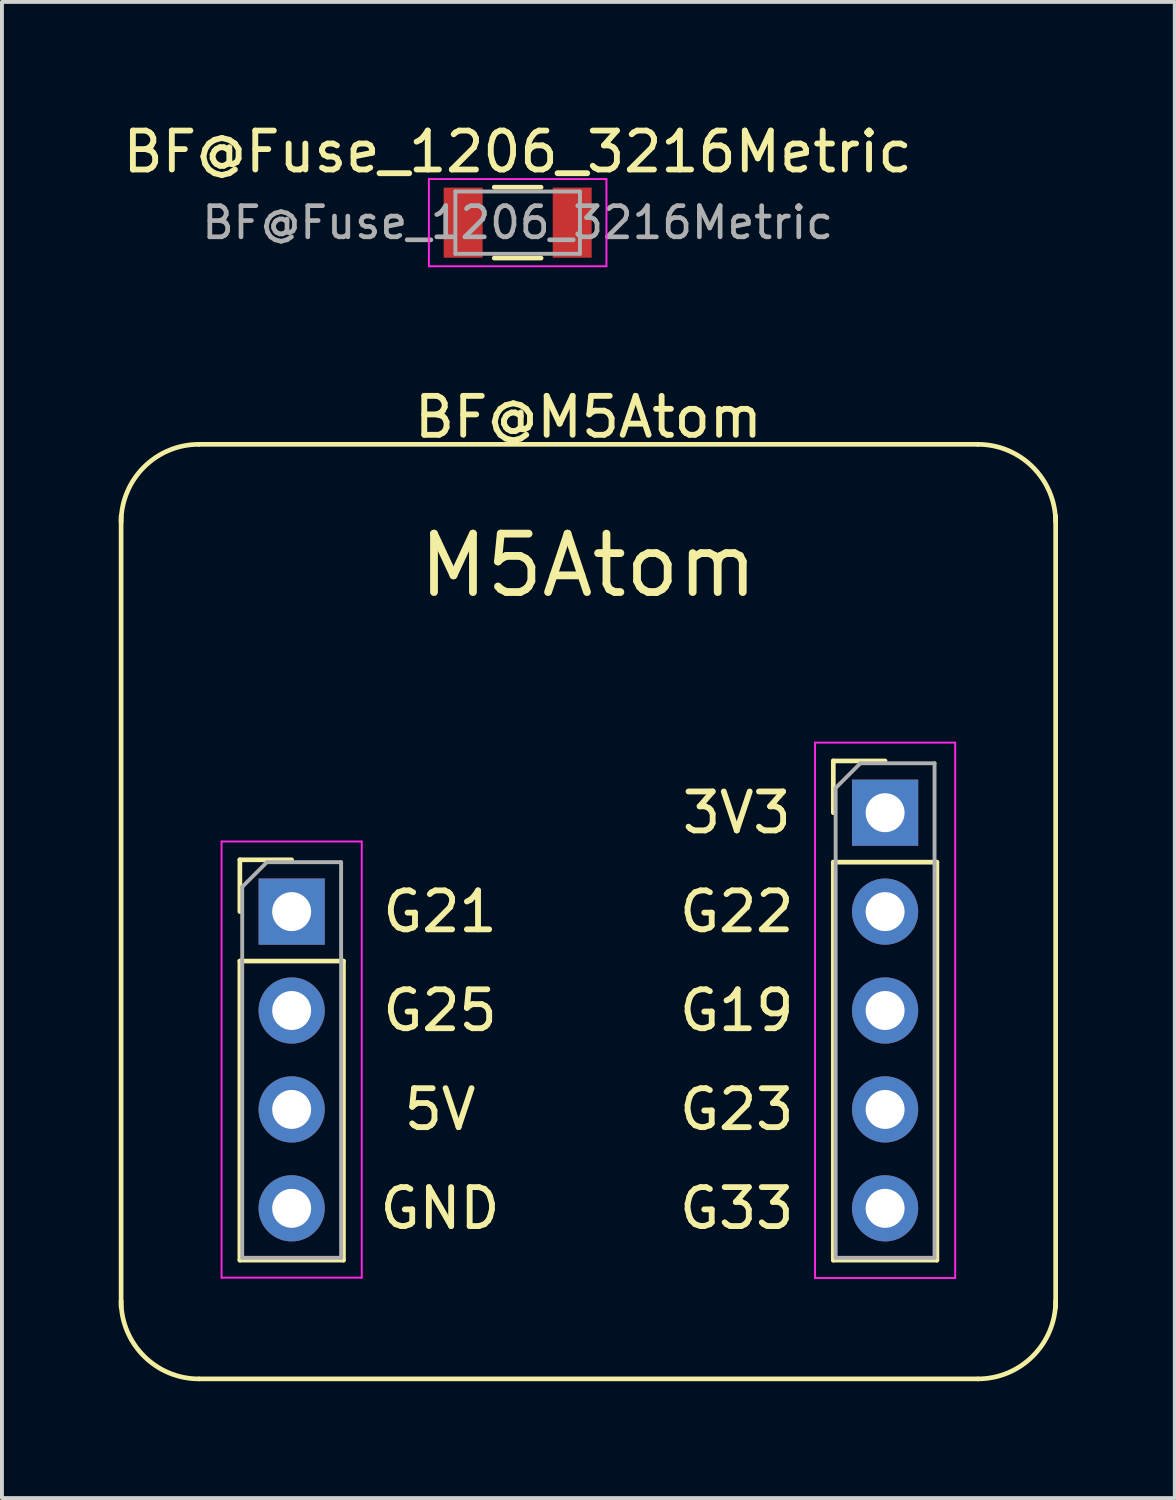
<source format=kicad_pcb>
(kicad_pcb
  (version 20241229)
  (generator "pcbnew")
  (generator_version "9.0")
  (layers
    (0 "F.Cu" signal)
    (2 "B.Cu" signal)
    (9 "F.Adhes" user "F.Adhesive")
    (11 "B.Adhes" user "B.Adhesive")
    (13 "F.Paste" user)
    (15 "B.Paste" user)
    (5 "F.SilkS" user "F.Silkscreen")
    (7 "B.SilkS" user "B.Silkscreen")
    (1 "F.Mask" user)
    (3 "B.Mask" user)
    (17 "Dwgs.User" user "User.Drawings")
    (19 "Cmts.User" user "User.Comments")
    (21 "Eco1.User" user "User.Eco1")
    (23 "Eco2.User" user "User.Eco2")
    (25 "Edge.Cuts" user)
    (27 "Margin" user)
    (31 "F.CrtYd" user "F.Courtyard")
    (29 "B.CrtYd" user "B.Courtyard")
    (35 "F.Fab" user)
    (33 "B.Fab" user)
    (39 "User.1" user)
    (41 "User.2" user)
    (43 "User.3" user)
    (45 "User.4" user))
  (footprint "BF@Fuse_1206_3216Metric"
    (layer "F.Cu")
    (at 10.244 2.668)
    (property "Reference" "BF@Fuse_1206_3216Metric" (at 0 -1.82 0) (layer "F.SilkS") (effects (font (size 1 1) (thickness 0.15))))
    (attr smd)
    (fp_line (start -0.602 -0.91) (end 0.602 -0.91) (stroke (width 0.12) (type solid)) (layer "F.SilkS"))
    (fp_line (start -0.602 0.91) (end 0.602 0.91) (stroke (width 0.12) (type solid)) (layer "F.SilkS"))
    (fp_line (start -2.28 -1.12) (end 2.28 -1.12) (stroke (width 0.05) (type solid)) (layer "F.CrtYd"))
    (fp_line (start -2.28 1.12) (end -2.28 -1.12) (stroke (width 0.05) (type solid)) (layer "F.CrtYd"))
    (fp_line (start 2.28 -1.12) (end 2.28 1.12) (stroke (width 0.05) (type solid)) (layer "F.CrtYd"))
    (fp_line (start 2.28 1.12) (end -2.28 1.12) (stroke (width 0.05) (type solid)) (layer "F.CrtYd"))
    (fp_line (start -1.6 -0.8) (end 1.6 -0.8) (stroke (width 0.1) (type solid)) (layer "F.Fab"))
    (fp_line (start -1.6 0.8) (end -1.6 -0.8) (stroke (width 0.1) (type solid)) (layer "F.Fab"))
    (fp_line (start 1.6 -0.8) (end 1.6 0.8) (stroke (width 0.1) (type solid)) (layer "F.Fab"))
    (fp_line (start 1.6 0.8) (end -1.6 0.8) (stroke (width 0.1) (type solid)) (layer "F.Fab"))
    (fp_text user "${REFERENCE}" (at 0 0 0) (layer "F.Fab") (effects (font (size 0.8 0.8) (thickness 0.12))))
    (pad "1" smd rect (at -1.4 0) (size 1 1.8) (layers "F.Cu" "F.Mask" "F.Paste"))
    (pad "2" smd rect (at 1.4 0) (size 1 1.8) (layers "F.Cu" "F.Mask" "F.Paste")))
  (footprint "BF@M5Atom"
    (layer "F.Cu")
    (at 12.06 20.361)
    (property "Reference" "BF@M5Atom" (at 0 -12.7 0) (layer "F.SilkS") (effects (font (size 1 1) (thickness 0.15))))
    (attr through_hole)
    (fp_line (start -12 10.16) (end -12 -10.16) (stroke (width 0.12) (type solid)) (layer "F.SilkS"))
    (fp_line (start -10 -12) (end 10 -12) (stroke (width 0.12) (type solid)) (layer "F.SilkS"))
    (fp_line (start -8.95 -1.33) (end -7.62 -1.33) (stroke (width 0.12) (type solid)) (layer "F.SilkS"))
    (fp_line (start -8.95 0) (end -8.95 -1.33) (stroke (width 0.12) (type solid)) (layer "F.SilkS"))
    (fp_line (start -8.95 1.27) (end -8.95 8.95) (stroke (width 0.12) (type solid)) (layer "F.SilkS"))
    (fp_line (start -8.95 1.27) (end -6.29 1.27) (stroke (width 0.12) (type solid)) (layer "F.SilkS"))
    (fp_line (start -8.95 8.95) (end -6.29 8.95) (stroke (width 0.12) (type solid)) (layer "F.SilkS"))
    (fp_line (start -6.29 1.27) (end -6.29 8.95) (stroke (width 0.12) (type solid)) (layer "F.SilkS"))
    (fp_line (start 6.29 -3.87) (end 7.62 -3.87) (stroke (width 0.12) (type solid)) (layer "F.SilkS"))
    (fp_line (start 6.29 -2.54) (end 6.29 -3.87) (stroke (width 0.12) (type solid)) (layer "F.SilkS"))
    (fp_line (start 6.29 -1.27) (end 6.29 8.95) (stroke (width 0.12) (type solid)) (layer "F.SilkS"))
    (fp_line (start 6.29 -1.27) (end 8.95 -1.27) (stroke (width 0.12) (type solid)) (layer "F.SilkS"))
    (fp_line (start 6.29 8.95) (end 8.95 8.95) (stroke (width 0.12) (type solid)) (layer "F.SilkS"))
    (fp_line (start 8.95 -1.27) (end 8.95 8.95) (stroke (width 0.12) (type solid)) (layer "F.SilkS"))
    (fp_line (start 10 12) (end -10 12) (stroke (width 0.12) (type solid)) (layer "F.SilkS"))
    (fp_line (start 12 -10.16) (end 12 10.16) (stroke (width 0.12) (type solid)) (layer "F.SilkS"))
    (fp_arc (start -12 -10) (mid -11.414214 -11.414214) (end -10 -12) (stroke (width 0.12) (type solid)) (layer "F.SilkS"))
    (fp_arc (start -10 12) (mid -11.414214 11.414214) (end -12 10) (stroke (width 0.12) (type solid)) (layer "F.SilkS"))
    (fp_arc (start 10 -12) (mid 11.414214 -11.414214) (end 12 -10) (stroke (width 0.12) (type solid)) (layer "F.SilkS"))
    (fp_arc (start 12 10) (mid 11.414214 11.414214) (end 10 12) (stroke (width 0.12) (type solid)) (layer "F.SilkS"))
    (fp_line (start -9.42 -1.8) (end -9.42 9.4) (stroke (width 0.05) (type solid)) (layer "F.CrtYd"))
    (fp_line (start -9.42 9.4) (end -5.82 9.4) (stroke (width 0.05) (type solid)) (layer "F.CrtYd"))
    (fp_line (start -5.82 -1.8) (end -9.42 -1.8) (stroke (width 0.05) (type solid)) (layer "F.CrtYd"))
    (fp_line (start -5.82 9.4) (end -5.82 -1.8) (stroke (width 0.05) (type solid)) (layer "F.CrtYd"))
    (fp_line (start 5.82 -4.34) (end 5.82 9.41) (stroke (width 0.05) (type solid)) (layer "F.CrtYd"))
    (fp_line (start 5.82 9.41) (end 9.42 9.41) (stroke (width 0.05) (type solid)) (layer "F.CrtYd"))
    (fp_line (start 9.42 -4.34) (end 5.82 -4.34) (stroke (width 0.05) (type solid)) (layer "F.CrtYd"))
    (fp_line (start 9.42 9.41) (end 9.42 -4.34) (stroke (width 0.05) (type solid)) (layer "F.CrtYd"))
    (fp_line (start -8.89 -0.635) (end -8.255 -1.27) (stroke (width 0.1) (type solid)) (layer "F.Fab"))
    (fp_line (start -8.89 8.89) (end -8.89 -0.635) (stroke (width 0.1) (type solid)) (layer "F.Fab"))
    (fp_line (start -8.255 -1.27) (end -6.35 -1.27) (stroke (width 0.1) (type solid)) (layer "F.Fab"))
    (fp_line (start -6.35 -1.27) (end -6.35 8.89) (stroke (width 0.1) (type solid)) (layer "F.Fab"))
    (fp_line (start -6.35 8.89) (end -8.89 8.89) (stroke (width 0.1) (type solid)) (layer "F.Fab"))
    (fp_line (start 6.35 -3.175) (end 6.985 -3.81) (stroke (width 0.1) (type solid)) (layer "F.Fab"))
    (fp_line (start 6.35 8.89) (end 6.35 -3.175) (stroke (width 0.1) (type solid)) (layer "F.Fab"))
    (fp_line (start 6.985 -3.81) (end 8.89 -3.81) (stroke (width 0.1) (type solid)) (layer "F.Fab"))
    (fp_line (start 8.89 -3.81) (end 8.89 8.89) (stroke (width 0.1) (type solid)) (layer "F.Fab"))
    (fp_line (start 8.89 8.89) (end 6.35 8.89) (stroke (width 0.1) (type solid)) (layer "F.Fab"))
    (fp_text user "G22" (at 3.81 0 0) (layer "F.SilkS") (effects (font (size 1 1) (thickness 0.15))))
    (fp_text user "G19" (at 3.81 2.54 0) (layer "F.SilkS") (effects (font (size 1 1) (thickness 0.15))))
    (fp_text user "M5Atom" (at 0 -8.89 0) (layer "F.SilkS") (effects (font (size 1.5 1.5) (thickness 0.2))))
    (fp_text user "5V" (at -3.81 5.08 0) (layer "F.SilkS") (effects (font (size 1 1) (thickness 0.15))))
    (fp_text user "3V3" (at 3.81 -2.54 0) (layer "F.SilkS") (effects (font (size 1 1) (thickness 0.15))))
    (fp_text user "G33" (at 3.81 7.62 0) (layer "F.SilkS") (effects (font (size 1 1) (thickness 0.15))))
    (fp_text user "G25" (at -3.81 2.54 0) (layer "F.SilkS") (effects (font (size 1 1) (thickness 0.15))))
    (fp_text user "G23" (at 3.81 5.08 0) (layer "F.SilkS") (effects (font (size 1 1) (thickness 0.15))))
    (fp_text user "G21" (at -3.81 0 0) (layer "F.SilkS") (effects (font (size 1 1) (thickness 0.15))))
    (fp_text user "GND" (at -3.81 7.62 0) (layer "F.SilkS") (effects (font (size 1 1) (thickness 0.15))))
    (pad "1" thru_hole rect (at -7.62 0) (size 1.7 1.7) (drill 1) (layers "*.Cu" "*.Mask"))
    (pad "2" thru_hole oval (at -7.62 2.54) (size 1.7 1.7) (drill 1) (layers "*.Cu" "*.Mask"))
    (pad "3" thru_hole oval (at -7.62 5.08) (size 1.7 1.7) (drill 1) (layers "*.Cu" "*.Mask"))
    (pad "4" thru_hole oval (at -7.62 7.62) (size 1.7 1.7) (drill 1) (layers "*.Cu" "*.Mask"))
    (pad "5" thru_hole oval (at 7.62 7.62) (size 1.7 1.7) (drill 1) (layers "*.Cu" "*.Mask"))
    (pad "6" thru_hole oval (at 7.62 5.08) (size 1.7 1.7) (drill 1) (layers "*.Cu" "*.Mask"))
    (pad "7" thru_hole oval (at 7.62 2.54) (size 1.7 1.7) (drill 1) (layers "*.Cu" "*.Mask"))
    (pad "8" thru_hole oval (at 7.62 0) (size 1.7 1.7) (drill 1) (layers "*.Cu" "*.Mask"))
    (pad "9" thru_hole rect (at 7.62 -2.54) (size 1.7 1.7) (drill 1) (layers "*.Cu" "*.Mask")))
  (gr_rect
    (start -3 -3)
    (end 27.12 35.422)
    (stroke (width 0.1) (type default))
    (fill no)
    (layer "Edge.Cuts")))
</source>
